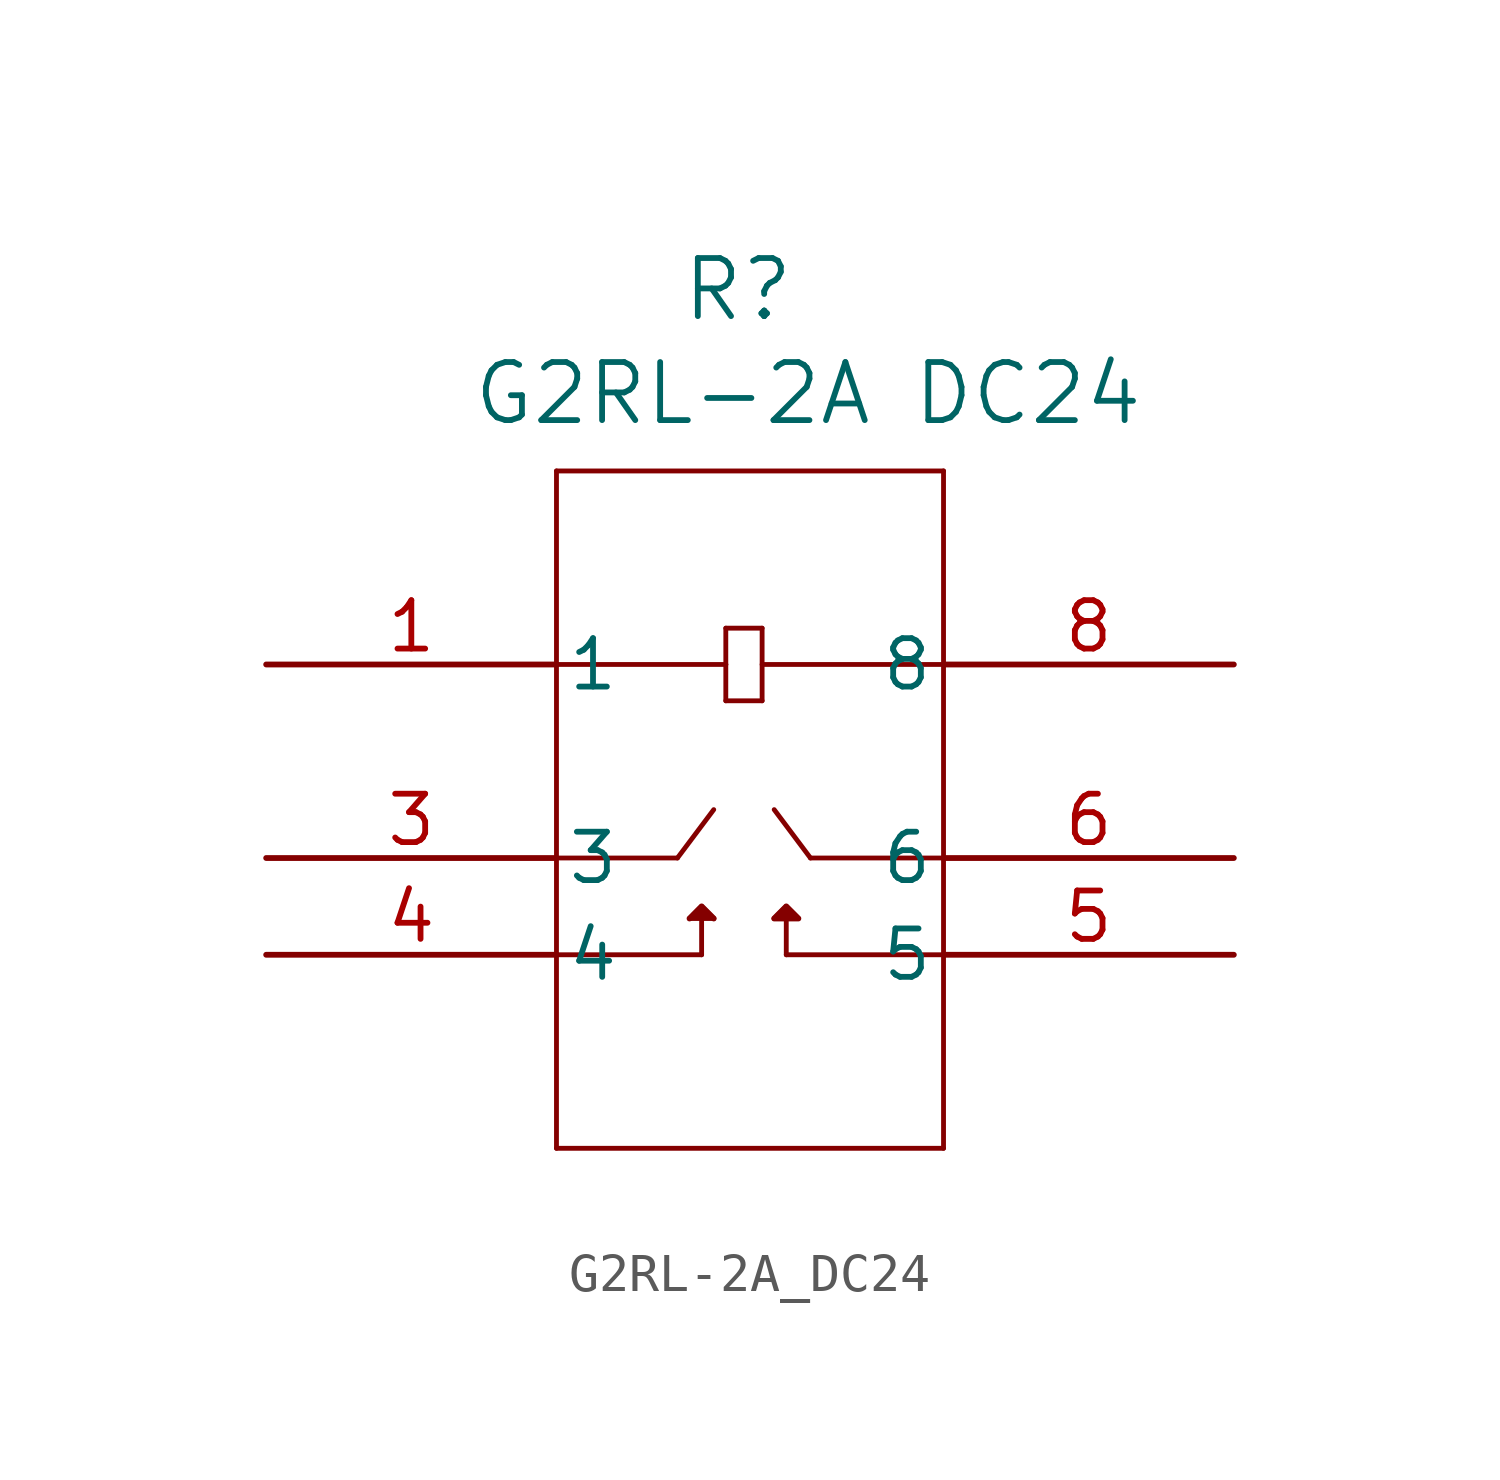
<source format=kicad_sym>
(kicad_symbol_lib
  (version 20220914)
  (generator kicad_symbol_editor)
  (symbol "G2RL-2A_DC24"
    (pin_names
      (offset 0.254))
    (property "Reference" "R"
      (at 12.383 9.842 0)
      (effects (font (size 1.524 1.524))))
    (property "Value" "G2RL-2A DC24"
      (at 14.224 7.112 0)
      (effects (font (size 1.524 1.524))))
    (symbol "G2RL-2A_DC24_0_1"
      (polyline (pts (xy 7.62 -12.7) (xy 17.78 -12.7)) (stroke (width 0.127) (type default)) (fill (type none)))
      (polyline (pts (xy 7.62 -7.62) (xy 11.43 -7.62)) (stroke (width 0.127) (type default)) (fill (type none)))
      (polyline (pts (xy 7.62 -5.08) (xy 10.795 -5.08)) (stroke (width 0.127) (type default)) (fill (type none)))
      (polyline (pts (xy 7.62 0) (xy 12.065 0)) (stroke (width 0.127) (type default)) (fill (type none)))
      (polyline (pts (xy 7.62 5.08) (xy 7.62 -12.7)) (stroke (width 0.127) (type default)) (fill (type none)))
      (polyline (pts (xy 10.795 -5.08) (xy 11.748 -3.81)) (stroke (width 0.127) (type default)) (fill (type none)))
      (polyline (pts (xy 11.113 -6.668) (xy 11.43 -6.35)) (stroke (width 0.127) (type default)) (fill (type none)))
      (polyline (pts (xy 11.113 -6.668) (xy 11.748 -6.668)) (stroke (width 0.127) (type default)) (fill (type none)))
      (polyline (pts (xy 11.43 -7.62) (xy 11.43 -6.668)) (stroke (width 0.127) (type default)) (fill (type none)))
      (polyline (pts (xy 11.748 -6.668) (xy 11.43 -6.35)) (stroke (width 0.127) (type default)) (fill (type none)))
      (polyline (pts (xy 12.065 -0.953) (xy 13.018 -0.953)) (stroke (width 0.127) (type default)) (fill (type none)))
      (polyline (pts (xy 12.065 0) (xy 12.065 -0.953)) (stroke (width 0.127) (type default)) (fill (type none)))
      (polyline (pts (xy 12.065 0.953) (xy 12.065 0)) (stroke (width 0.127) (type default)) (fill (type none)))
      (polyline (pts (xy 13.018 -0.953) (xy 13.018 0.953)) (stroke (width 0.127) (type default)) (fill (type none)))
      (polyline (pts (xy 13.018 0) (xy 17.78 0)) (stroke (width 0.127) (type default)) (fill (type none)))
      (polyline (pts (xy 13.018 0.953) (xy 12.065 0.953)) (stroke (width 0.127) (type default)) (fill (type none)))
      (polyline (pts (xy 13.335 -6.668) (xy 13.97 -6.668)) (stroke (width 0.127) (type default)) (fill (type none)))
      (polyline (pts (xy 13.652 -7.62) (xy 13.652 -6.668)) (stroke (width 0.127) (type default)) (fill (type none)))
      (polyline (pts (xy 13.652 -7.62) (xy 17.78 -7.62)) (stroke (width 0.127) (type default)) (fill (type none)))
      (polyline (pts (xy 13.652 -6.35) (xy 13.335 -6.668)) (stroke (width 0.127) (type default)) (fill (type none)))
      (polyline (pts (xy 13.652 -6.35) (xy 13.97 -6.668)) (stroke (width 0.127) (type default)) (fill (type none)))
      (polyline (pts (xy 14.287 -5.08) (xy 13.335 -3.81)) (stroke (width 0.127) (type default)) (fill (type none)))
      (polyline (pts (xy 14.287 -5.08) (xy 17.78 -5.08)) (stroke (width 0.127) (type default)) (fill (type none)))
      (polyline (pts (xy 17.78 -12.7) (xy 17.78 5.08)) (stroke (width 0.127) (type default)) (fill (type none)))
      (polyline (pts (xy 17.78 5.08) (xy 7.62 5.08)) (stroke (width 0.127) (type default)) (fill (type none)))
      (polyline (pts (xy 11.113 -6.668) (xy 11.43 -6.35) (xy 11.748 -6.668)) (stroke (width 0) (type default)) (fill (type outline)))
      (polyline (pts (xy 13.652 -6.668) (xy 13.652 -6.35) (xy 13.335 -6.668) (xy 13.97 -6.668) (xy 13.652 -6.35)) (stroke (width 0) (type default)) (fill (type outline)))
      (pin unspecified line (at 0 0 0) (length 7.62) (name "1" (effects (font (size 1.27 1.27)))) (number "1" (effects (font (size 1.27 1.27)))))
      (pin unspecified line (at 0 -5.08 0) (length 7.62) (name "3" (effects (font (size 1.27 1.27)))) (number "3" (effects (font (size 1.27 1.27)))))
      (pin unspecified line (at 0 -7.62 0) (length 7.62) (name "4" (effects (font (size 1.27 1.27)))) (number "4" (effects (font (size 1.27 1.27)))))
      (pin unspecified line (at 25.4 -7.62 180) (length 7.62) (name "5" (effects (font (size 1.27 1.27)))) (number "5" (effects (font (size 1.27 1.27)))))
      (pin unspecified line (at 25.4 -5.08 180) (length 7.62) (name "6" (effects (font (size 1.27 1.27)))) (number "6" (effects (font (size 1.27 1.27)))))
      (pin unspecified line (at 25.4 0 180) (length 7.62) (name "8" (effects (font (size 1.27 1.27)))) (number "8" (effects (font (size 1.27 1.27))))))))
</source>
